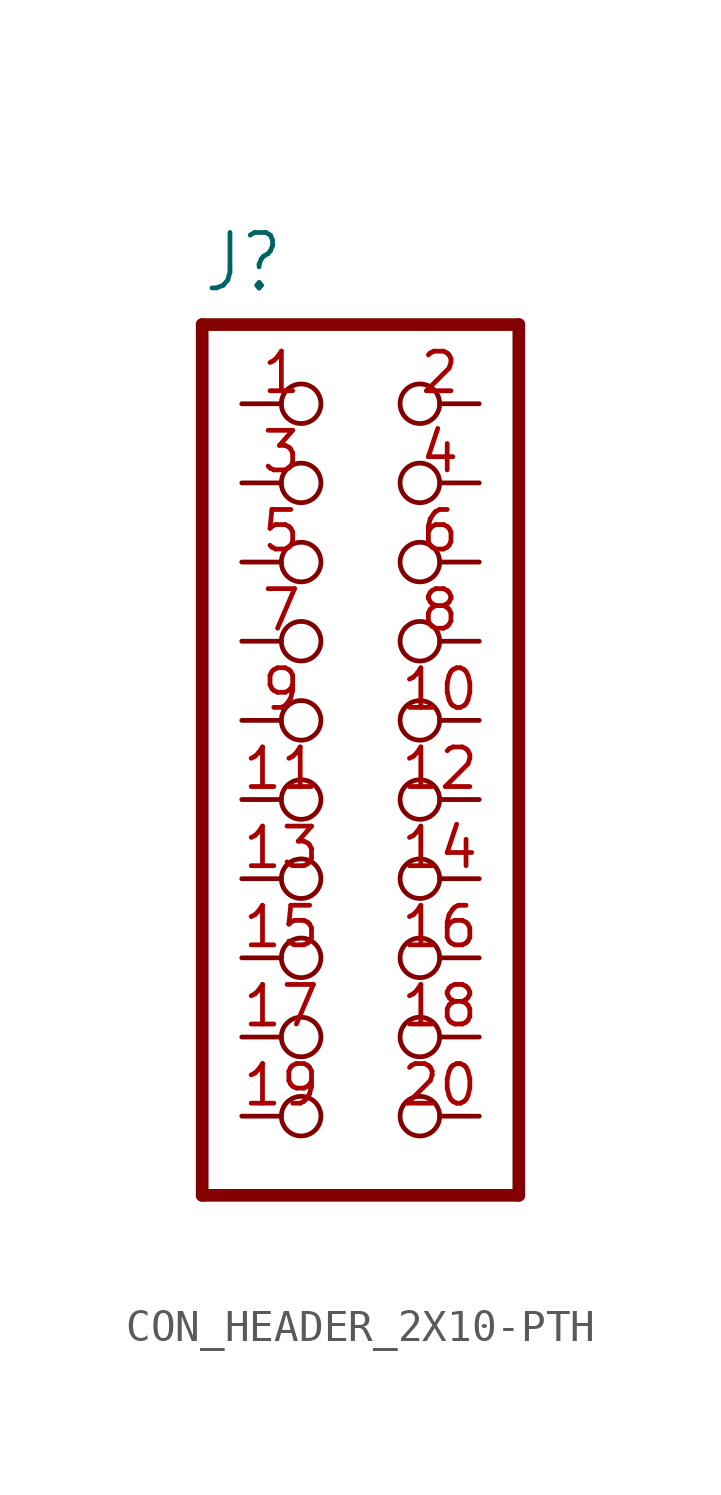
<source format=kicad_sym>
(kicad_symbol_lib
  (version 20220914)
  (generator kicad_symbol_editor)
  (symbol "CON_HEADER_2X10-PTH"
    (property "Reference" "J"
      (at -1.27 13.652 0)
      (effects (font (size 1.778 1.511)) (justify left bottom)))
    (property "ki_locked" ""
      (at 0 0 0)
      (effects (font (size 1.27 1.27))))
    (symbol "CON_HEADER_2X10-PTH_1_0"
      (polyline (pts (xy -1.27 -15.24) (xy -1.27 12.7)) (stroke (width 0.406) (type solid)) (fill (type none)))
      (polyline (pts (xy -1.27 12.7) (xy 8.89 12.7)) (stroke (width 0.406) (type solid)) (fill (type none)))
      (polyline (pts (xy 8.89 -15.24) (xy -1.27 -15.24)) (stroke (width 0.406) (type solid)) (fill (type none)))
      (polyline (pts (xy 8.89 12.7) (xy 8.89 -15.24)) (stroke (width 0.406) (type solid)) (fill (type none)))
      (pin passive inverted (at 0 10.16 0) (length 2.54) (name "1" (effects (font (size 0 0)))) (number "1" (effects (font (size 1.27 1.27)))))
      (pin passive inverted (at 7.62 0 180) (length 2.54) (name "10" (effects (font (size 0 0)))) (number "10" (effects (font (size 1.27 1.27)))))
      (pin passive inverted (at 0 -2.54 0) (length 2.54) (name "11" (effects (font (size 0 0)))) (number "11" (effects (font (size 1.27 1.27)))))
      (pin passive inverted (at 7.62 -2.54 180) (length 2.54) (name "12" (effects (font (size 0 0)))) (number "12" (effects (font (size 1.27 1.27)))))
      (pin passive inverted (at 0 -5.08 0) (length 2.54) (name "13" (effects (font (size 0 0)))) (number "13" (effects (font (size 1.27 1.27)))))
      (pin passive inverted (at 7.62 -5.08 180) (length 2.54) (name "14" (effects (font (size 0 0)))) (number "14" (effects (font (size 1.27 1.27)))))
      (pin passive inverted (at 0 -7.62 0) (length 2.54) (name "15" (effects (font (size 0 0)))) (number "15" (effects (font (size 1.27 1.27)))))
      (pin passive inverted (at 7.62 -7.62 180) (length 2.54) (name "16" (effects (font (size 0 0)))) (number "16" (effects (font (size 1.27 1.27)))))
      (pin passive inverted (at 0 -10.16 0) (length 2.54) (name "17" (effects (font (size 0 0)))) (number "17" (effects (font (size 1.27 1.27)))))
      (pin passive inverted (at 7.62 -10.16 180) (length 2.54) (name "18" (effects (font (size 0 0)))) (number "18" (effects (font (size 1.27 1.27)))))
      (pin passive inverted (at 0 -12.7 0) (length 2.54) (name "19" (effects (font (size 0 0)))) (number "19" (effects (font (size 1.27 1.27)))))
      (pin passive inverted (at 7.62 10.16 180) (length 2.54) (name "2" (effects (font (size 0 0)))) (number "2" (effects (font (size 1.27 1.27)))))
      (pin passive inverted (at 7.62 -12.7 180) (length 2.54) (name "20" (effects (font (size 0 0)))) (number "20" (effects (font (size 1.27 1.27)))))
      (pin passive inverted (at 0 7.62 0) (length 2.54) (name "3" (effects (font (size 0 0)))) (number "3" (effects (font (size 1.27 1.27)))))
      (pin passive inverted (at 7.62 7.62 180) (length 2.54) (name "4" (effects (font (size 0 0)))) (number "4" (effects (font (size 1.27 1.27)))))
      (pin passive inverted (at 0 5.08 0) (length 2.54) (name "5" (effects (font (size 0 0)))) (number "5" (effects (font (size 1.27 1.27)))))
      (pin passive inverted (at 7.62 5.08 180) (length 2.54) (name "6" (effects (font (size 0 0)))) (number "6" (effects (font (size 1.27 1.27)))))
      (pin passive inverted (at 0 2.54 0) (length 2.54) (name "7" (effects (font (size 0 0)))) (number "7" (effects (font (size 1.27 1.27)))))
      (pin passive inverted (at 7.62 2.54 180) (length 2.54) (name "8" (effects (font (size 0 0)))) (number "8" (effects (font (size 1.27 1.27)))))
      (pin passive inverted (at 0 0 0) (length 2.54) (name "9" (effects (font (size 0 0)))) (number "9" (effects (font (size 1.27 1.27))))))))
</source>
